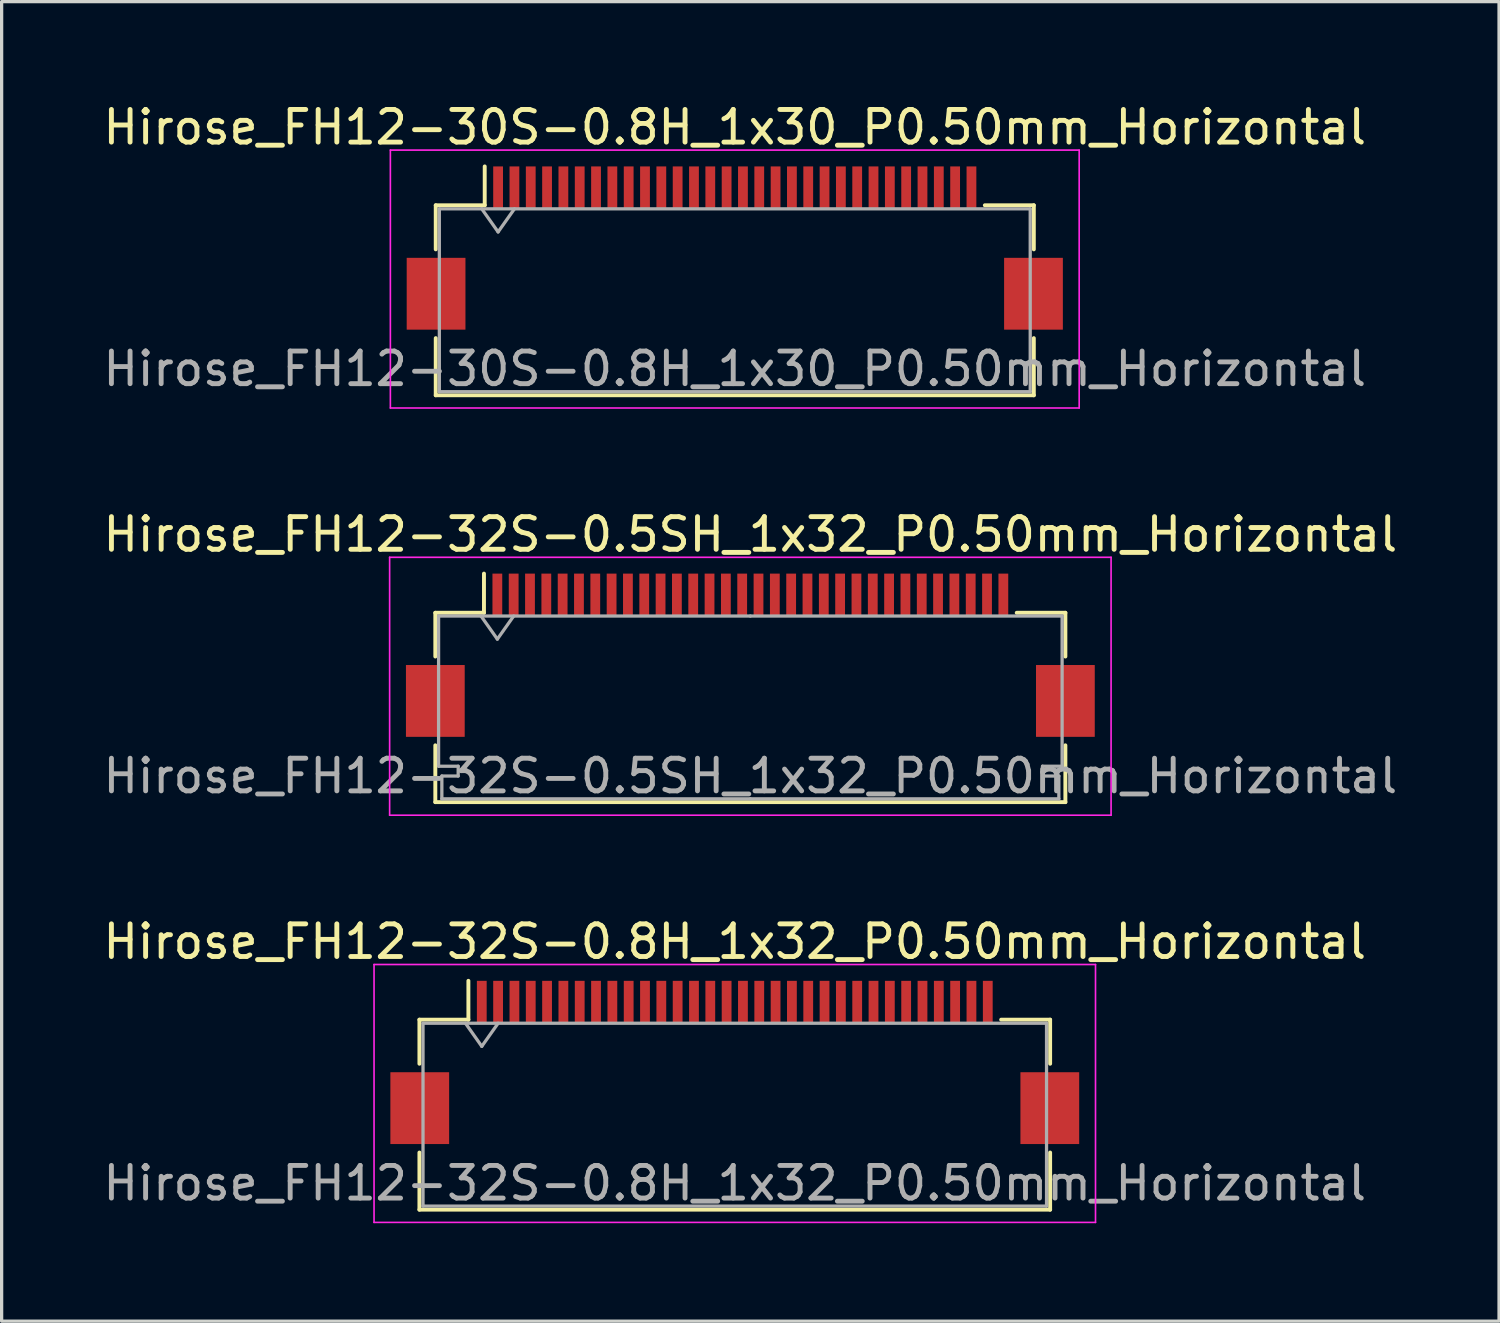
<source format=kicad_pcb>
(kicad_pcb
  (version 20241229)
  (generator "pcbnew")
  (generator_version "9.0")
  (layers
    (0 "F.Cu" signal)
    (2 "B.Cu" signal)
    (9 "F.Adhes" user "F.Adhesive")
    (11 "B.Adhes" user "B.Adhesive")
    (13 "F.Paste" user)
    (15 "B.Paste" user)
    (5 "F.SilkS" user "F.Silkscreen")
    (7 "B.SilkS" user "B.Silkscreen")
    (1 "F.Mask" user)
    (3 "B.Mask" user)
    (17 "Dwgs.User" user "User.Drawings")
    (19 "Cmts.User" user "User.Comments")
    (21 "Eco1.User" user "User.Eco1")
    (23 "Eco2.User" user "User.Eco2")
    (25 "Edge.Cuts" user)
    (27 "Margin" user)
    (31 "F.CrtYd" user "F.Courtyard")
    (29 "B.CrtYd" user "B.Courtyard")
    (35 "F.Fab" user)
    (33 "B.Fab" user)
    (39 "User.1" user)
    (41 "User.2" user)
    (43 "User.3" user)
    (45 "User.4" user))
  (footprint "Hirose_FH12-32S-0.8H_1x32_P0.50mm_Horizontal"
    (layer "F.Cu")
    (at 19.458 29.495)
    (property "Reference" "Hirose_FH12-32S-0.8H_1x32_P0.50mm_Horizontal" (at 0 -3.7 0) (layer "F.SilkS") (effects (font (size 1 1) (thickness 0.15))))
    (attr smd)
    (fp_line (start -9.66 -1.31) (end -8.16 -1.31) (stroke (width 0.12) (type solid)) (layer "F.SilkS"))
    (fp_line (start -9.66 0.04) (end -9.66 -1.31) (stroke (width 0.12) (type solid)) (layer "F.SilkS"))
    (fp_line (start -9.66 2.76) (end -9.66 4.51) (stroke (width 0.12) (type solid)) (layer "F.SilkS"))
    (fp_line (start -9.66 4.51) (end 9.66 4.51) (stroke (width 0.12) (type solid)) (layer "F.SilkS"))
    (fp_line (start -8.16 -1.31) (end -8.16 -2.5) (stroke (width 0.12) (type solid)) (layer "F.SilkS"))
    (fp_line (start 9.66 -1.31) (end 8.16 -1.31) (stroke (width 0.12) (type solid)) (layer "F.SilkS"))
    (fp_line (start 9.66 0.04) (end 9.66 -1.31) (stroke (width 0.12) (type solid)) (layer "F.SilkS"))
    (fp_line (start 9.66 4.51) (end 9.66 2.76) (stroke (width 0.12) (type solid)) (layer "F.SilkS"))
    (fp_line (start -11.05 -3) (end -11.05 4.9) (stroke (width 0.05) (type solid)) (layer "F.CrtYd"))
    (fp_line (start -11.05 4.9) (end 11.05 4.9) (stroke (width 0.05) (type solid)) (layer "F.CrtYd"))
    (fp_line (start 11.05 -3) (end -11.05 -3) (stroke (width 0.05) (type solid)) (layer "F.CrtYd"))
    (fp_line (start 11.05 4.9) (end 11.05 -3) (stroke (width 0.05) (type solid)) (layer "F.CrtYd"))
    (fp_line (start -9.55 -1.2) (end -9.55 4.4) (stroke (width 0.1) (type solid)) (layer "F.Fab"))
    (fp_line (start -9.55 -1.2) (end 9.55 -1.2) (stroke (width 0.1) (type solid)) (layer "F.Fab"))
    (fp_line (start -9.55 4.4) (end 9.55 4.4) (stroke (width 0.1) (type solid)) (layer "F.Fab"))
    (fp_line (start -8.25 -1.2) (end -7.75 -0.493) (stroke (width 0.1) (type solid)) (layer "F.Fab"))
    (fp_line (start -7.75 -0.493) (end -7.25 -1.2) (stroke (width 0.1) (type solid)) (layer "F.Fab"))
    (fp_line (start 9.55 -1.2) (end 9.55 4.4) (stroke (width 0.1) (type solid)) (layer "F.Fab"))
    (fp_text user "${REFERENCE}" (at 0 3.7 0) (layer "F.Fab") (effects (font (size 1 1) (thickness 0.15))))
    (pad "" smd rect (at -9.65 1.4) (size 1.8 2.2) (layers "F.Cu" "F.Mask" "F.Paste"))
    (pad "" smd rect (at 9.65 1.4) (size 1.8 2.2) (layers "F.Cu" "F.Mask" "F.Paste"))
    (pad "1" smd rect (at -7.75 -1.85) (size 0.3 1.3) (layers "F.Cu" "F.Mask" "F.Paste"))
    (pad "2" smd rect (at -7.25 -1.85) (size 0.3 1.3) (layers "F.Cu" "F.Mask" "F.Paste"))
    (pad "3" smd rect (at -6.75 -1.85) (size 0.3 1.3) (layers "F.Cu" "F.Mask" "F.Paste"))
    (pad "4" smd rect (at -6.25 -1.85) (size 0.3 1.3) (layers "F.Cu" "F.Mask" "F.Paste"))
    (pad "5" smd rect (at -5.75 -1.85) (size 0.3 1.3) (layers "F.Cu" "F.Mask" "F.Paste"))
    (pad "6" smd rect (at -5.25 -1.85) (size 0.3 1.3) (layers "F.Cu" "F.Mask" "F.Paste"))
    (pad "7" smd rect (at -4.75 -1.85) (size 0.3 1.3) (layers "F.Cu" "F.Mask" "F.Paste"))
    (pad "8" smd rect (at -4.25 -1.85) (size 0.3 1.3) (layers "F.Cu" "F.Mask" "F.Paste"))
    (pad "9" smd rect (at -3.75 -1.85) (size 0.3 1.3) (layers "F.Cu" "F.Mask" "F.Paste"))
    (pad "10" smd rect (at -3.25 -1.85) (size 0.3 1.3) (layers "F.Cu" "F.Mask" "F.Paste"))
    (pad "11" smd rect (at -2.75 -1.85) (size 0.3 1.3) (layers "F.Cu" "F.Mask" "F.Paste"))
    (pad "12" smd rect (at -2.25 -1.85) (size 0.3 1.3) (layers "F.Cu" "F.Mask" "F.Paste"))
    (pad "13" smd rect (at -1.75 -1.85) (size 0.3 1.3) (layers "F.Cu" "F.Mask" "F.Paste"))
    (pad "14" smd rect (at -1.25 -1.85) (size 0.3 1.3) (layers "F.Cu" "F.Mask" "F.Paste"))
    (pad "15" smd rect (at -0.75 -1.85) (size 0.3 1.3) (layers "F.Cu" "F.Mask" "F.Paste"))
    (pad "16" smd rect (at -0.25 -1.85) (size 0.3 1.3) (layers "F.Cu" "F.Mask" "F.Paste"))
    (pad "17" smd rect (at 0.25 -1.85) (size 0.3 1.3) (layers "F.Cu" "F.Mask" "F.Paste"))
    (pad "18" smd rect (at 0.75 -1.85) (size 0.3 1.3) (layers "F.Cu" "F.Mask" "F.Paste"))
    (pad "19" smd rect (at 1.25 -1.85) (size 0.3 1.3) (layers "F.Cu" "F.Mask" "F.Paste"))
    (pad "20" smd rect (at 1.75 -1.85) (size 0.3 1.3) (layers "F.Cu" "F.Mask" "F.Paste"))
    (pad "21" smd rect (at 2.25 -1.85) (size 0.3 1.3) (layers "F.Cu" "F.Mask" "F.Paste"))
    (pad "22" smd rect (at 2.75 -1.85) (size 0.3 1.3) (layers "F.Cu" "F.Mask" "F.Paste"))
    (pad "23" smd rect (at 3.25 -1.85) (size 0.3 1.3) (layers "F.Cu" "F.Mask" "F.Paste"))
    (pad "24" smd rect (at 3.75 -1.85) (size 0.3 1.3) (layers "F.Cu" "F.Mask" "F.Paste"))
    (pad "25" smd rect (at 4.25 -1.85) (size 0.3 1.3) (layers "F.Cu" "F.Mask" "F.Paste"))
    (pad "26" smd rect (at 4.75 -1.85) (size 0.3 1.3) (layers "F.Cu" "F.Mask" "F.Paste"))
    (pad "27" smd rect (at 5.25 -1.85) (size 0.3 1.3) (layers "F.Cu" "F.Mask" "F.Paste"))
    (pad "28" smd rect (at 5.75 -1.85) (size 0.3 1.3) (layers "F.Cu" "F.Mask" "F.Paste"))
    (pad "29" smd rect (at 6.25 -1.85) (size 0.3 1.3) (layers "F.Cu" "F.Mask" "F.Paste"))
    (pad "30" smd rect (at 6.75 -1.85) (size 0.3 1.3) (layers "F.Cu" "F.Mask" "F.Paste"))
    (pad "31" smd rect (at 7.25 -1.85) (size 0.3 1.3) (layers "F.Cu" "F.Mask" "F.Paste"))
    (pad "32" smd rect (at 7.75 -1.85) (size 0.3 1.3) (layers "F.Cu" "F.Mask" "F.Paste")))
  (footprint "Hirose_FH12-30S-0.8H_1x30_P0.50mm_Horizontal"
    (layer "F.Cu")
    (at 19.458 4.548)
    (property "Reference" "Hirose_FH12-30S-0.8H_1x30_P0.50mm_Horizontal" (at 0 -3.7 0) (layer "F.SilkS") (effects (font (size 1 1) (thickness 0.15))))
    (attr smd)
    (fp_line (start -9.16 -1.31) (end -7.66 -1.31) (stroke (width 0.12) (type solid)) (layer "F.SilkS"))
    (fp_line (start -9.16 0.04) (end -9.16 -1.31) (stroke (width 0.12) (type solid)) (layer "F.SilkS"))
    (fp_line (start -9.16 2.76) (end -9.16 4.51) (stroke (width 0.12) (type solid)) (layer "F.SilkS"))
    (fp_line (start -9.16 4.51) (end 9.16 4.51) (stroke (width 0.12) (type solid)) (layer "F.SilkS"))
    (fp_line (start -7.66 -1.31) (end -7.66 -2.5) (stroke (width 0.12) (type solid)) (layer "F.SilkS"))
    (fp_line (start 9.16 -1.31) (end 7.66 -1.31) (stroke (width 0.12) (type solid)) (layer "F.SilkS"))
    (fp_line (start 9.16 0.04) (end 9.16 -1.31) (stroke (width 0.12) (type solid)) (layer "F.SilkS"))
    (fp_line (start 9.16 4.51) (end 9.16 2.76) (stroke (width 0.12) (type solid)) (layer "F.SilkS"))
    (fp_line (start -10.55 -3) (end -10.55 4.9) (stroke (width 0.05) (type solid)) (layer "F.CrtYd"))
    (fp_line (start -10.55 4.9) (end 10.55 4.9) (stroke (width 0.05) (type solid)) (layer "F.CrtYd"))
    (fp_line (start 10.55 -3) (end -10.55 -3) (stroke (width 0.05) (type solid)) (layer "F.CrtYd"))
    (fp_line (start 10.55 4.9) (end 10.55 -3) (stroke (width 0.05) (type solid)) (layer "F.CrtYd"))
    (fp_line (start -9.05 -1.2) (end -9.05 4.4) (stroke (width 0.1) (type solid)) (layer "F.Fab"))
    (fp_line (start -9.05 -1.2) (end 9.05 -1.2) (stroke (width 0.1) (type solid)) (layer "F.Fab"))
    (fp_line (start -9.05 4.4) (end 9.05 4.4) (stroke (width 0.1) (type solid)) (layer "F.Fab"))
    (fp_line (start -7.75 -1.2) (end -7.25 -0.493) (stroke (width 0.1) (type solid)) (layer "F.Fab"))
    (fp_line (start -7.25 -0.493) (end -6.75 -1.2) (stroke (width 0.1) (type solid)) (layer "F.Fab"))
    (fp_line (start 9.05 -1.2) (end 9.05 4.4) (stroke (width 0.1) (type solid)) (layer "F.Fab"))
    (fp_text user "${REFERENCE}" (at 0 3.7 0) (layer "F.Fab") (effects (font (size 1 1) (thickness 0.15))))
    (pad "" smd rect (at -9.15 1.4) (size 1.8 2.2) (layers "F.Cu" "F.Mask" "F.Paste"))
    (pad "" smd rect (at 9.15 1.4) (size 1.8 2.2) (layers "F.Cu" "F.Mask" "F.Paste"))
    (pad "1" smd rect (at -7.25 -1.85) (size 0.3 1.3) (layers "F.Cu" "F.Mask" "F.Paste"))
    (pad "2" smd rect (at -6.75 -1.85) (size 0.3 1.3) (layers "F.Cu" "F.Mask" "F.Paste"))
    (pad "3" smd rect (at -6.25 -1.85) (size 0.3 1.3) (layers "F.Cu" "F.Mask" "F.Paste"))
    (pad "4" smd rect (at -5.75 -1.85) (size 0.3 1.3) (layers "F.Cu" "F.Mask" "F.Paste"))
    (pad "5" smd rect (at -5.25 -1.85) (size 0.3 1.3) (layers "F.Cu" "F.Mask" "F.Paste"))
    (pad "6" smd rect (at -4.75 -1.85) (size 0.3 1.3) (layers "F.Cu" "F.Mask" "F.Paste"))
    (pad "7" smd rect (at -4.25 -1.85) (size 0.3 1.3) (layers "F.Cu" "F.Mask" "F.Paste"))
    (pad "8" smd rect (at -3.75 -1.85) (size 0.3 1.3) (layers "F.Cu" "F.Mask" "F.Paste"))
    (pad "9" smd rect (at -3.25 -1.85) (size 0.3 1.3) (layers "F.Cu" "F.Mask" "F.Paste"))
    (pad "10" smd rect (at -2.75 -1.85) (size 0.3 1.3) (layers "F.Cu" "F.Mask" "F.Paste"))
    (pad "11" smd rect (at -2.25 -1.85) (size 0.3 1.3) (layers "F.Cu" "F.Mask" "F.Paste"))
    (pad "12" smd rect (at -1.75 -1.85) (size 0.3 1.3) (layers "F.Cu" "F.Mask" "F.Paste"))
    (pad "13" smd rect (at -1.25 -1.85) (size 0.3 1.3) (layers "F.Cu" "F.Mask" "F.Paste"))
    (pad "14" smd rect (at -0.75 -1.85) (size 0.3 1.3) (layers "F.Cu" "F.Mask" "F.Paste"))
    (pad "15" smd rect (at -0.25 -1.85) (size 0.3 1.3) (layers "F.Cu" "F.Mask" "F.Paste"))
    (pad "16" smd rect (at 0.25 -1.85) (size 0.3 1.3) (layers "F.Cu" "F.Mask" "F.Paste"))
    (pad "17" smd rect (at 0.75 -1.85) (size 0.3 1.3) (layers "F.Cu" "F.Mask" "F.Paste"))
    (pad "18" smd rect (at 1.25 -1.85) (size 0.3 1.3) (layers "F.Cu" "F.Mask" "F.Paste"))
    (pad "19" smd rect (at 1.75 -1.85) (size 0.3 1.3) (layers "F.Cu" "F.Mask" "F.Paste"))
    (pad "20" smd rect (at 2.25 -1.85) (size 0.3 1.3) (layers "F.Cu" "F.Mask" "F.Paste"))
    (pad "21" smd rect (at 2.75 -1.85) (size 0.3 1.3) (layers "F.Cu" "F.Mask" "F.Paste"))
    (pad "22" smd rect (at 3.25 -1.85) (size 0.3 1.3) (layers "F.Cu" "F.Mask" "F.Paste"))
    (pad "23" smd rect (at 3.75 -1.85) (size 0.3 1.3) (layers "F.Cu" "F.Mask" "F.Paste"))
    (pad "24" smd rect (at 4.25 -1.85) (size 0.3 1.3) (layers "F.Cu" "F.Mask" "F.Paste"))
    (pad "25" smd rect (at 4.75 -1.85) (size 0.3 1.3) (layers "F.Cu" "F.Mask" "F.Paste"))
    (pad "26" smd rect (at 5.25 -1.85) (size 0.3 1.3) (layers "F.Cu" "F.Mask" "F.Paste"))
    (pad "27" smd rect (at 5.75 -1.85) (size 0.3 1.3) (layers "F.Cu" "F.Mask" "F.Paste"))
    (pad "28" smd rect (at 6.25 -1.85) (size 0.3 1.3) (layers "F.Cu" "F.Mask" "F.Paste"))
    (pad "29" smd rect (at 6.75 -1.85) (size 0.3 1.3) (layers "F.Cu" "F.Mask" "F.Paste"))
    (pad "30" smd rect (at 7.25 -1.85) (size 0.3 1.3) (layers "F.Cu" "F.Mask" "F.Paste")))
  (footprint "Hirose_FH12-32S-0.5SH_1x32_P0.50mm_Horizontal"
    (layer "F.Cu")
    (at 19.935 17.021)
    (property "Reference" "Hirose_FH12-32S-0.5SH_1x32_P0.50mm_Horizontal" (at 0 -3.7 0) (layer "F.SilkS") (effects (font (size 1 1) (thickness 0.15))))
    (attr smd)
    (fp_line (start -9.65 -1.3) (end -9.65 0.04) (stroke (width 0.12) (type solid)) (layer "F.SilkS"))
    (fp_line (start -9.65 2.76) (end -9.65 4.5) (stroke (width 0.12) (type solid)) (layer "F.SilkS"))
    (fp_line (start -9.65 4.5) (end 9.65 4.5) (stroke (width 0.12) (type solid)) (layer "F.SilkS"))
    (fp_line (start -8.16 -1.3) (end -9.65 -1.3) (stroke (width 0.12) (type solid)) (layer "F.SilkS"))
    (fp_line (start -8.16 -1.3) (end -8.16 -2.5) (stroke (width 0.12) (type solid)) (layer "F.SilkS"))
    (fp_line (start 8.16 -1.3) (end 9.65 -1.3) (stroke (width 0.12) (type solid)) (layer "F.SilkS"))
    (fp_line (start 9.65 -1.3) (end 9.65 0.04) (stroke (width 0.12) (type solid)) (layer "F.SilkS"))
    (fp_line (start 9.65 4.5) (end 9.65 2.76) (stroke (width 0.12) (type solid)) (layer "F.SilkS"))
    (fp_line (start -11.05 -3) (end -11.05 4.9) (stroke (width 0.05) (type solid)) (layer "F.CrtYd"))
    (fp_line (start -11.05 4.9) (end 11.05 4.9) (stroke (width 0.05) (type solid)) (layer "F.CrtYd"))
    (fp_line (start 11.05 -3) (end -11.05 -3) (stroke (width 0.05) (type solid)) (layer "F.CrtYd"))
    (fp_line (start 11.05 4.9) (end 11.05 -3) (stroke (width 0.05) (type solid)) (layer "F.CrtYd"))
    (fp_line (start -9.55 -1.2) (end -9.55 3.4) (stroke (width 0.1) (type solid)) (layer "F.Fab"))
    (fp_line (start -9.55 3.4) (end -8.95 3.4) (stroke (width 0.1) (type solid)) (layer "F.Fab"))
    (fp_line (start -9.45 3.7) (end -9.45 4.4) (stroke (width 0.1) (type solid)) (layer "F.Fab"))
    (fp_line (start -9.45 4.4) (end 0 4.4) (stroke (width 0.1) (type solid)) (layer "F.Fab"))
    (fp_line (start -8.95 3.4) (end -8.95 3.7) (stroke (width 0.1) (type solid)) (layer "F.Fab"))
    (fp_line (start -8.95 3.7) (end -9.45 3.7) (stroke (width 0.1) (type solid)) (layer "F.Fab"))
    (fp_line (start -8.25 -1.2) (end -7.75 -0.493) (stroke (width 0.1) (type solid)) (layer "F.Fab"))
    (fp_line (start -7.75 -0.493) (end -7.25 -1.2) (stroke (width 0.1) (type solid)) (layer "F.Fab"))
    (fp_line (start 0 -1.2) (end -9.55 -1.2) (stroke (width 0.1) (type solid)) (layer "F.Fab"))
    (fp_line (start 0 -1.2) (end 9.55 -1.2) (stroke (width 0.1) (type solid)) (layer "F.Fab"))
    (fp_line (start 8.95 3.4) (end 8.95 3.7) (stroke (width 0.1) (type solid)) (layer "F.Fab"))
    (fp_line (start 8.95 3.7) (end 9.45 3.7) (stroke (width 0.1) (type solid)) (layer "F.Fab"))
    (fp_line (start 9.45 3.7) (end 9.45 4.4) (stroke (width 0.1) (type solid)) (layer "F.Fab"))
    (fp_line (start 9.45 4.4) (end 0 4.4) (stroke (width 0.1) (type solid)) (layer "F.Fab"))
    (fp_line (start 9.55 -1.2) (end 9.55 3.4) (stroke (width 0.1) (type solid)) (layer "F.Fab"))
    (fp_line (start 9.55 3.4) (end 8.95 3.4) (stroke (width 0.1) (type solid)) (layer "F.Fab"))
    (fp_text user "${REFERENCE}" (at 0 3.7 0) (layer "F.Fab") (effects (font (size 1 1) (thickness 0.15))))
    (pad "" smd rect (at -9.65 1.4) (size 1.8 2.2) (layers "F.Cu" "F.Mask" "F.Paste"))
    (pad "" smd rect (at 9.65 1.4) (size 1.8 2.2) (layers "F.Cu" "F.Mask" "F.Paste"))
    (pad "1" smd rect (at -7.75 -1.85) (size 0.3 1.3) (layers "F.Cu" "F.Mask" "F.Paste"))
    (pad "2" smd rect (at -7.25 -1.85) (size 0.3 1.3) (layers "F.Cu" "F.Mask" "F.Paste"))
    (pad "3" smd rect (at -6.75 -1.85) (size 0.3 1.3) (layers "F.Cu" "F.Mask" "F.Paste"))
    (pad "4" smd rect (at -6.25 -1.85) (size 0.3 1.3) (layers "F.Cu" "F.Mask" "F.Paste"))
    (pad "5" smd rect (at -5.75 -1.85) (size 0.3 1.3) (layers "F.Cu" "F.Mask" "F.Paste"))
    (pad "6" smd rect (at -5.25 -1.85) (size 0.3 1.3) (layers "F.Cu" "F.Mask" "F.Paste"))
    (pad "7" smd rect (at -4.75 -1.85) (size 0.3 1.3) (layers "F.Cu" "F.Mask" "F.Paste"))
    (pad "8" smd rect (at -4.25 -1.85) (size 0.3 1.3) (layers "F.Cu" "F.Mask" "F.Paste"))
    (pad "9" smd rect (at -3.75 -1.85) (size 0.3 1.3) (layers "F.Cu" "F.Mask" "F.Paste"))
    (pad "10" smd rect (at -3.25 -1.85) (size 0.3 1.3) (layers "F.Cu" "F.Mask" "F.Paste"))
    (pad "11" smd rect (at -2.75 -1.85) (size 0.3 1.3) (layers "F.Cu" "F.Mask" "F.Paste"))
    (pad "12" smd rect (at -2.25 -1.85) (size 0.3 1.3) (layers "F.Cu" "F.Mask" "F.Paste"))
    (pad "13" smd rect (at -1.75 -1.85) (size 0.3 1.3) (layers "F.Cu" "F.Mask" "F.Paste"))
    (pad "14" smd rect (at -1.25 -1.85) (size 0.3 1.3) (layers "F.Cu" "F.Mask" "F.Paste"))
    (pad "15" smd rect (at -0.75 -1.85) (size 0.3 1.3) (layers "F.Cu" "F.Mask" "F.Paste"))
    (pad "16" smd rect (at -0.25 -1.85) (size 0.3 1.3) (layers "F.Cu" "F.Mask" "F.Paste"))
    (pad "17" smd rect (at 0.25 -1.85) (size 0.3 1.3) (layers "F.Cu" "F.Mask" "F.Paste"))
    (pad "18" smd rect (at 0.75 -1.85) (size 0.3 1.3) (layers "F.Cu" "F.Mask" "F.Paste"))
    (pad "19" smd rect (at 1.25 -1.85) (size 0.3 1.3) (layers "F.Cu" "F.Mask" "F.Paste"))
    (pad "20" smd rect (at 1.75 -1.85) (size 0.3 1.3) (layers "F.Cu" "F.Mask" "F.Paste"))
    (pad "21" smd rect (at 2.25 -1.85) (size 0.3 1.3) (layers "F.Cu" "F.Mask" "F.Paste"))
    (pad "22" smd rect (at 2.75 -1.85) (size 0.3 1.3) (layers "F.Cu" "F.Mask" "F.Paste"))
    (pad "23" smd rect (at 3.25 -1.85) (size 0.3 1.3) (layers "F.Cu" "F.Mask" "F.Paste"))
    (pad "24" smd rect (at 3.75 -1.85) (size 0.3 1.3) (layers "F.Cu" "F.Mask" "F.Paste"))
    (pad "25" smd rect (at 4.25 -1.85) (size 0.3 1.3) (layers "F.Cu" "F.Mask" "F.Paste"))
    (pad "26" smd rect (at 4.75 -1.85) (size 0.3 1.3) (layers "F.Cu" "F.Mask" "F.Paste"))
    (pad "27" smd rect (at 5.25 -1.85) (size 0.3 1.3) (layers "F.Cu" "F.Mask" "F.Paste"))
    (pad "28" smd rect (at 5.75 -1.85) (size 0.3 1.3) (layers "F.Cu" "F.Mask" "F.Paste"))
    (pad "29" smd rect (at 6.25 -1.85) (size 0.3 1.3) (layers "F.Cu" "F.Mask" "F.Paste"))
    (pad "30" smd rect (at 6.75 -1.85) (size 0.3 1.3) (layers "F.Cu" "F.Mask" "F.Paste"))
    (pad "31" smd rect (at 7.25 -1.85) (size 0.3 1.3) (layers "F.Cu" "F.Mask" "F.Paste"))
    (pad "32" smd rect (at 7.75 -1.85) (size 0.3 1.3) (layers "F.Cu" "F.Mask" "F.Paste")))
  (gr_rect
    (start -3 -3)
    (end 42.869 37.42)
    (stroke (width 0.1) (type default))
    (fill no)
    (layer "Edge.Cuts")))
</source>
